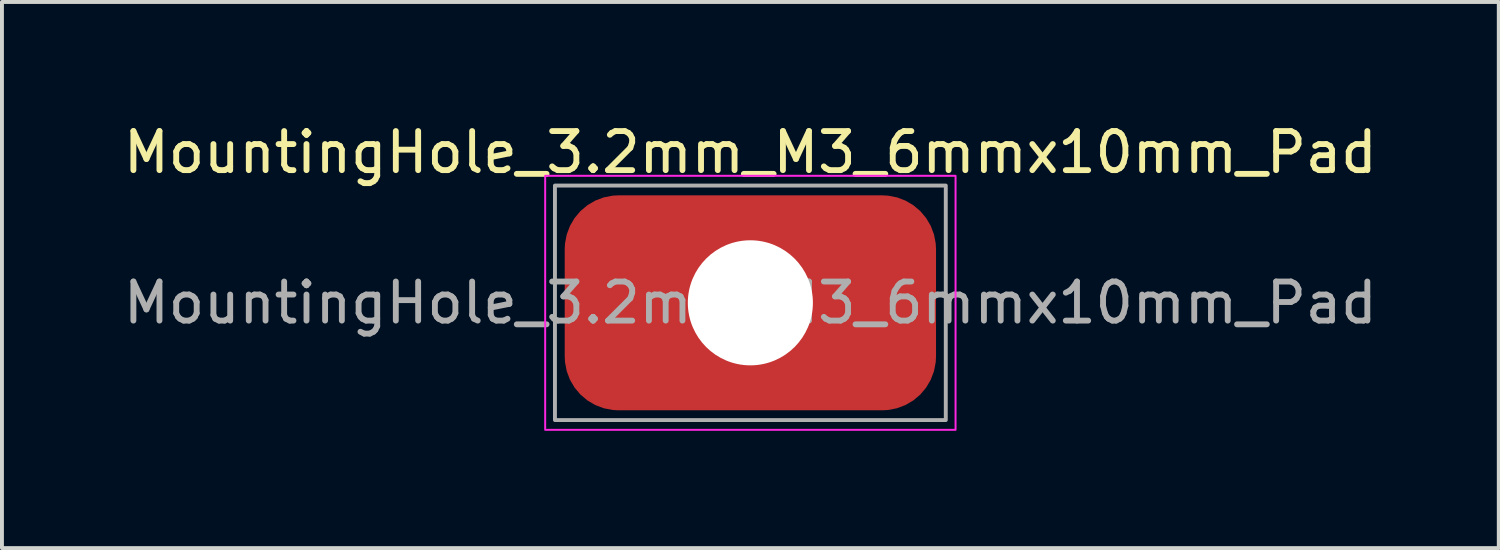
<source format=kicad_pcb>
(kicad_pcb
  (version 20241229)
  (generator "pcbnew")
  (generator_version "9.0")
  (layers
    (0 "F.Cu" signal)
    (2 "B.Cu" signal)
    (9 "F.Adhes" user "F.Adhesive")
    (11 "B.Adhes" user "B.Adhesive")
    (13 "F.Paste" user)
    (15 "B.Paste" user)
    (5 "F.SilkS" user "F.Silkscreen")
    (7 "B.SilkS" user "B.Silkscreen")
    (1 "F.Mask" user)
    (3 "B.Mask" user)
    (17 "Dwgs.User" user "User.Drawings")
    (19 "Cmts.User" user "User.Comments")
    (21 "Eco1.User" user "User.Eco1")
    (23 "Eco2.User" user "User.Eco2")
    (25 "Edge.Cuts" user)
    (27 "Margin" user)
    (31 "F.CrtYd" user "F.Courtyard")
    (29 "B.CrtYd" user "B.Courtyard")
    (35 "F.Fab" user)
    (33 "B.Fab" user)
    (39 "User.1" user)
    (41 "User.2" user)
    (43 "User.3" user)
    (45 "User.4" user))
  (footprint "MountingHole_3.2mm_M3_6mmx10mm_Pad"
    (layer "F.Cu")
    (at 16.149 4.698)
    (property "Reference" "MountingHole_3.2mm_M3_6mmx10mm_Pad" (at 0 -3.85 0) (layer "F.SilkS") (effects (font (size 1 1) (thickness 0.15))))
    (attr exclude_from_pos_files exclude_from_bom)
    (fp_rect (start -5.25 -3.25) (end 5.25 3.25) (stroke (width 0.05) (type solid)) (fill no) (layer "F.CrtYd"))
    (fp_rect (start -5 -3) (end 5 3) (stroke (width 0.1) (type solid)) (fill no) (layer "F.Fab"))
    (fp_text user "${REFERENCE}" (at 0 0 0) (layer "F.Fab") (effects (font (size 1 1) (thickness 0.15))))
    (pad "" np_thru_hole roundrect (at 0 0) (size 9.5 5.5) (drill 3.2) (layers "F.Cu" "F.Mask") (roundrect_rratio 0.25)))
  (gr_rect
    (start -3 -3)
    (end 35.298 10.973)
    (stroke (width 0.1) (type default))
    (fill no)
    (layer "Edge.Cuts")))
</source>
